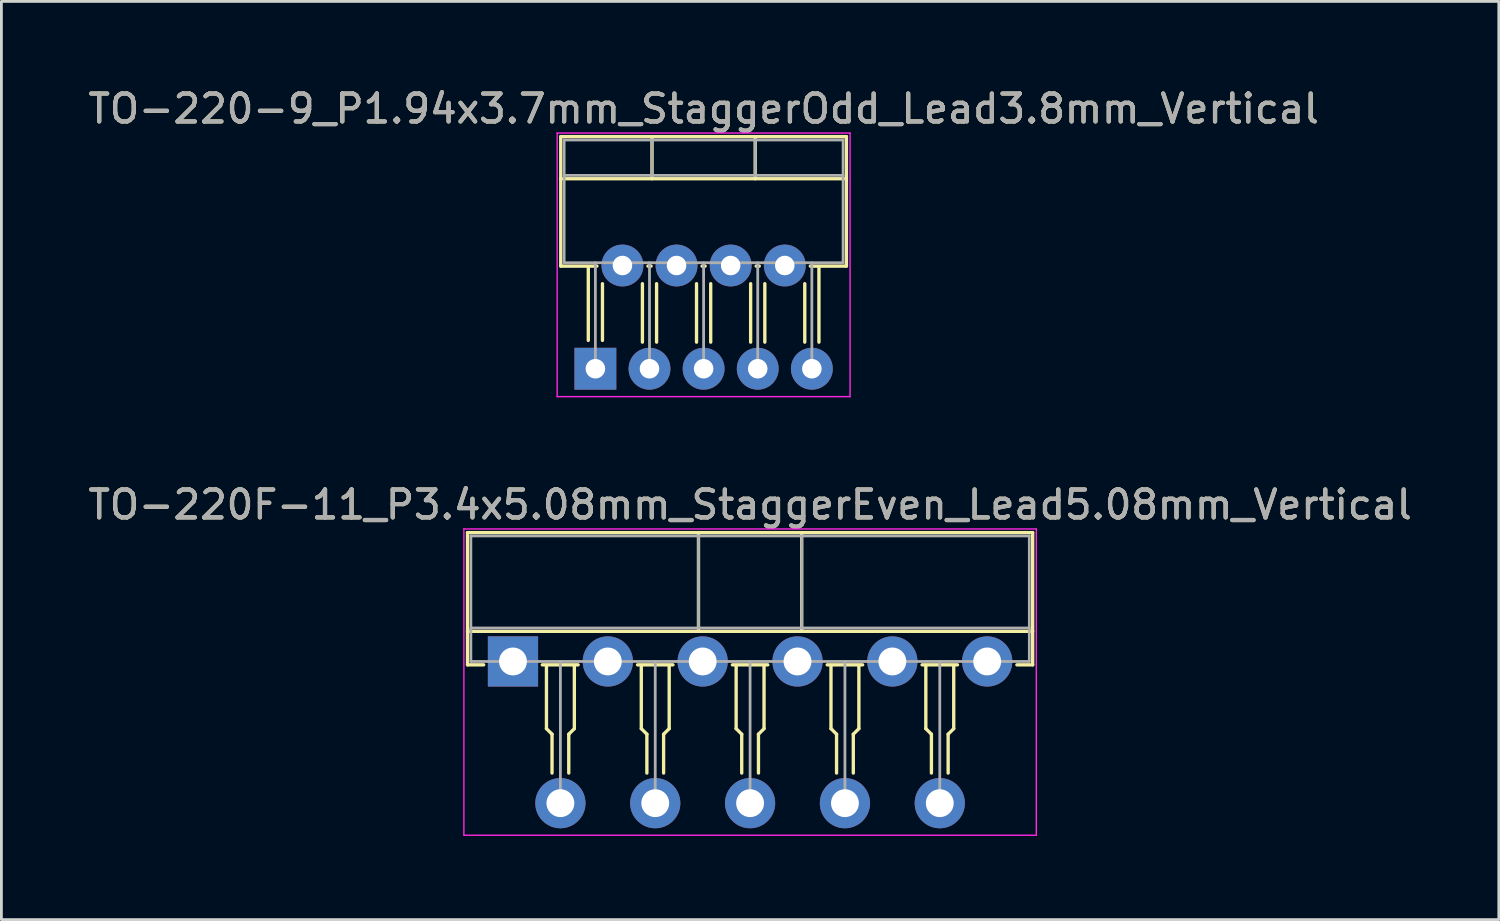
<source format=kicad_pcb>
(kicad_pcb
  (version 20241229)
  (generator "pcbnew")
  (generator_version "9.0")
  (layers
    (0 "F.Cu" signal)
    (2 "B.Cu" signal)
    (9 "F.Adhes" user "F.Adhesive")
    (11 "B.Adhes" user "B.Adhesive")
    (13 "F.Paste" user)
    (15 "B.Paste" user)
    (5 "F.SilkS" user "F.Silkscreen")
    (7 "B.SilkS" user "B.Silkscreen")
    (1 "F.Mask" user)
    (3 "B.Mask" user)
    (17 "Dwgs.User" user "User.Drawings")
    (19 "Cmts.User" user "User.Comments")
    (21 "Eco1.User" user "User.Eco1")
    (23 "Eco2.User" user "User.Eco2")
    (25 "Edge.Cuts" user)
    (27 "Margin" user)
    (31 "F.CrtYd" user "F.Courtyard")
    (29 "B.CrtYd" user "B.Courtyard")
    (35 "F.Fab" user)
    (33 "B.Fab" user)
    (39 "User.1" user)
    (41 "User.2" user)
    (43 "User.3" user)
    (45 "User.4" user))
  (footprint "TO-220-9_P1.94x3.7mm_StaggerOdd_Lead3.8mm_Vertical"
    (layer "F.Cu")
    (at 18.293 10.168)
    (property "Reference" "TO-220-9_P1.94x3.7mm_StaggerOdd_Lead3.8mm_Vertical" (at 3.88 -9.32 0) (layer "F.SilkS") (effects (font (size 1 1) (thickness 0.15))))
    (attr through_hole)
    (fp_line (start -1.241 -8.32) (end -1.241 -3.679) (stroke (width 0.12) (type solid)) (layer "F.SilkS"))
    (fp_line (start -1.241 -8.32) (end 9 -8.32) (stroke (width 0.12) (type solid)) (layer "F.SilkS"))
    (fp_line (start -1.241 -6.811) (end 9 -6.811) (stroke (width 0.12) (type solid)) (layer "F.SilkS"))
    (fp_line (start -1.241 -3.679) (end 0.055 -3.679) (stroke (width 0.12) (type solid)) (layer "F.SilkS"))
    (fp_line (start -0.254 -1.016) (end -0.254 -3.619) (stroke (width 0.12) (type solid)) (layer "F.SilkS"))
    (fp_line (start 0.254 -1.016) (end 0.254 -3.048) (stroke (width 0.12) (type solid)) (layer "F.SilkS"))
    (fp_line (start 1.686 -0.953) (end 1.686 -3.048) (stroke (width 0.12) (type solid)) (layer "F.SilkS"))
    (fp_line (start 1.885 -3.679) (end 1.996 -3.679) (stroke (width 0.12) (type solid)) (layer "F.SilkS"))
    (fp_line (start 2.03 -8.32) (end 2.03 -6.811) (stroke (width 0.12) (type solid)) (layer "F.SilkS"))
    (fp_line (start 2.194 -0.953) (end 2.194 -3.048) (stroke (width 0.12) (type solid)) (layer "F.SilkS"))
    (fp_line (start 3.626 -0.953) (end 3.626 -3.048) (stroke (width 0.12) (type solid)) (layer "F.SilkS"))
    (fp_line (start 3.825 -3.679) (end 3.935 -3.679) (stroke (width 0.12) (type solid)) (layer "F.SilkS"))
    (fp_line (start 4.134 -0.953) (end 4.134 -3.048) (stroke (width 0.12) (type solid)) (layer "F.SilkS"))
    (fp_line (start 5.566 -0.953) (end 5.566 -3.048) (stroke (width 0.12) (type solid)) (layer "F.SilkS"))
    (fp_line (start 5.73 -8.32) (end 5.73 -6.811) (stroke (width 0.12) (type solid)) (layer "F.SilkS"))
    (fp_line (start 5.765 -3.679) (end 5.875 -3.679) (stroke (width 0.12) (type solid)) (layer "F.SilkS"))
    (fp_line (start 6.074 -0.953) (end 6.074 -3.048) (stroke (width 0.12) (type solid)) (layer "F.SilkS"))
    (fp_line (start 7.506 -0.953) (end 7.506 -3.048) (stroke (width 0.12) (type solid)) (layer "F.SilkS"))
    (fp_line (start 7.705 -3.679) (end 9 -3.679) (stroke (width 0.12) (type solid)) (layer "F.SilkS"))
    (fp_line (start 8.014 -0.953) (end 8.014 -3.619) (stroke (width 0.12) (type solid)) (layer "F.SilkS"))
    (fp_line (start 9 -8.32) (end 9 -3.679) (stroke (width 0.12) (type solid)) (layer "F.SilkS"))
    (fp_line (start -1.37 -8.45) (end -1.37 1) (stroke (width 0.05) (type solid)) (layer "F.CrtYd"))
    (fp_line (start -1.37 1) (end 9.13 1) (stroke (width 0.05) (type solid)) (layer "F.CrtYd"))
    (fp_line (start 9.13 -8.45) (end -1.37 -8.45) (stroke (width 0.05) (type solid)) (layer "F.CrtYd"))
    (fp_line (start 9.13 1) (end 9.13 -8.45) (stroke (width 0.05) (type solid)) (layer "F.CrtYd"))
    (fp_line (start -1.12 -8.2) (end -1.12 -3.8) (stroke (width 0.1) (type solid)) (layer "F.Fab"))
    (fp_line (start -1.12 -6.93) (end 8.88 -6.93) (stroke (width 0.1) (type solid)) (layer "F.Fab"))
    (fp_line (start -1.12 -3.8) (end 8.88 -3.8) (stroke (width 0.1) (type solid)) (layer "F.Fab"))
    (fp_line (start 0 -3.8) (end 0 0) (stroke (width 0.1) (type solid)) (layer "F.Fab"))
    (fp_line (start 0.97 -3.8) (end 0.97 -3.7) (stroke (width 0.1) (type solid)) (layer "F.Fab"))
    (fp_line (start 1.94 -3.8) (end 1.94 0) (stroke (width 0.1) (type solid)) (layer "F.Fab"))
    (fp_line (start 2.03 -8.2) (end 2.03 -6.93) (stroke (width 0.1) (type solid)) (layer "F.Fab"))
    (fp_line (start 2.91 -3.8) (end 2.91 -3.7) (stroke (width 0.1) (type solid)) (layer "F.Fab"))
    (fp_line (start 3.88 -3.8) (end 3.88 0) (stroke (width 0.1) (type solid)) (layer "F.Fab"))
    (fp_line (start 4.85 -3.8) (end 4.85 -3.7) (stroke (width 0.1) (type solid)) (layer "F.Fab"))
    (fp_line (start 5.73 -8.2) (end 5.73 -6.93) (stroke (width 0.1) (type solid)) (layer "F.Fab"))
    (fp_line (start 5.82 -3.8) (end 5.82 0) (stroke (width 0.1) (type solid)) (layer "F.Fab"))
    (fp_line (start 6.79 -3.8) (end 6.79 -3.7) (stroke (width 0.1) (type solid)) (layer "F.Fab"))
    (fp_line (start 7.76 -3.8) (end 7.76 0) (stroke (width 0.1) (type solid)) (layer "F.Fab"))
    (fp_line (start 8.88 -8.2) (end -1.12 -8.2) (stroke (width 0.1) (type solid)) (layer "F.Fab"))
    (fp_line (start 8.88 -3.8) (end 8.88 -8.2) (stroke (width 0.1) (type solid)) (layer "F.Fab"))
    (fp_text user "${REFERENCE}" (at 3.88 -9.32 0) (layer "F.Fab") (effects (font (size 1 1) (thickness 0.15))))
    (pad "1" thru_hole rect (at 0 0) (size 1.5 1.5) (drill 0.7) (layers "*.Cu" "*.Mask"))
    (pad "2" thru_hole oval (at 0.97 -3.7) (size 1.5 1.5) (drill 0.7) (layers "*.Cu" "*.Mask"))
    (pad "3" thru_hole oval (at 1.94 0) (size 1.5 1.5) (drill 0.7) (layers "*.Cu" "*.Mask"))
    (pad "4" thru_hole oval (at 2.91 -3.7) (size 1.5 1.5) (drill 0.7) (layers "*.Cu" "*.Mask"))
    (pad "5" thru_hole oval (at 3.88 0) (size 1.5 1.5) (drill 0.7) (layers "*.Cu" "*.Mask"))
    (pad "6" thru_hole oval (at 4.85 -3.7) (size 1.5 1.5) (drill 0.7) (layers "*.Cu" "*.Mask"))
    (pad "7" thru_hole oval (at 5.82 0) (size 1.5 1.5) (drill 0.7) (layers "*.Cu" "*.Mask"))
    (pad "8" thru_hole oval (at 6.79 -3.7) (size 1.5 1.5) (drill 0.7) (layers "*.Cu" "*.Mask"))
    (pad "9" thru_hole oval (at 7.76 0) (size 1.5 1.5) (drill 0.7) (layers "*.Cu" "*.Mask")))
  (footprint "TO-220F-11_P3.4x5.08mm_StaggerEven_Lead5.08mm_Vertical"
    (layer "F.Cu")
    (at 15.339 20.662)
    (property "Reference" "TO-220F-11_P3.4x5.08mm_StaggerEven_Lead5.08mm_Vertical" (at 8.5 -5.62 0) (layer "F.SilkS") (effects (font (size 1 1) (thickness 0.15))))
    (attr through_hole)
    (fp_line (start -1.63 -4.62) (end -1.63 0.121) (stroke (width 0.12) (type solid)) (layer "F.SilkS"))
    (fp_line (start -1.63 -4.62) (end 18.63 -4.62) (stroke (width 0.12) (type solid)) (layer "F.SilkS"))
    (fp_line (start -1.63 -1.08) (end 18.63 -1.08) (stroke (width 0.12) (type solid)) (layer "F.SilkS"))
    (fp_line (start -1.63 0.121) (end -1.05 0.121) (stroke (width 0.12) (type solid)) (layer "F.SilkS"))
    (fp_line (start 1.05 0.121) (end 2.335 0.121) (stroke (width 0.12) (type solid)) (layer "F.SilkS"))
    (fp_line (start 1.2 0.158) (end 1.2 2.408) (stroke (width 0.12) (type solid)) (layer "F.SilkS"))
    (fp_line (start 1.2 2.408) (end 1.4 2.608) (stroke (width 0.12) (type solid)) (layer "F.SilkS"))
    (fp_line (start 1.4 4) (end 1.4 2.608) (stroke (width 0.12) (type solid)) (layer "F.SilkS"))
    (fp_line (start 2 4) (end 2 2.608) (stroke (width 0.12) (type solid)) (layer "F.SilkS"))
    (fp_line (start 2.2 0.158) (end 2.2 2.408) (stroke (width 0.12) (type solid)) (layer "F.SilkS"))
    (fp_line (start 2.2 2.408) (end 2 2.608) (stroke (width 0.12) (type solid)) (layer "F.SilkS"))
    (fp_line (start 4.465 0.121) (end 5.735 0.121) (stroke (width 0.12) (type solid)) (layer "F.SilkS"))
    (fp_line (start 4.6 0.158) (end 4.6 2.408) (stroke (width 0.12) (type solid)) (layer "F.SilkS"))
    (fp_line (start 4.6 2.408) (end 4.8 2.608) (stroke (width 0.12) (type solid)) (layer "F.SilkS"))
    (fp_line (start 4.8 4) (end 4.8 2.608) (stroke (width 0.12) (type solid)) (layer "F.SilkS"))
    (fp_line (start 5.4 4) (end 5.4 2.608) (stroke (width 0.12) (type solid)) (layer "F.SilkS"))
    (fp_line (start 5.6 0.158) (end 5.6 2.408) (stroke (width 0.12) (type solid)) (layer "F.SilkS"))
    (fp_line (start 5.6 2.408) (end 5.4 2.608) (stroke (width 0.12) (type solid)) (layer "F.SilkS"))
    (fp_line (start 6.65 -4.62) (end 6.65 -1.08) (stroke (width 0.12) (type solid)) (layer "F.SilkS"))
    (fp_line (start 7.865 0.121) (end 9.135 0.121) (stroke (width 0.12) (type solid)) (layer "F.SilkS"))
    (fp_line (start 8 0.158) (end 8 2.408) (stroke (width 0.12) (type solid)) (layer "F.SilkS"))
    (fp_line (start 8 2.408) (end 8.2 2.608) (stroke (width 0.12) (type solid)) (layer "F.SilkS"))
    (fp_line (start 8.2 4) (end 8.2 2.608) (stroke (width 0.12) (type solid)) (layer "F.SilkS"))
    (fp_line (start 8.8 4) (end 8.8 2.608) (stroke (width 0.12) (type solid)) (layer "F.SilkS"))
    (fp_line (start 9 0.158) (end 9 2.408) (stroke (width 0.12) (type solid)) (layer "F.SilkS"))
    (fp_line (start 9 2.408) (end 8.8 2.608) (stroke (width 0.12) (type solid)) (layer "F.SilkS"))
    (fp_line (start 10.35 -4.62) (end 10.35 -1.08) (stroke (width 0.12) (type solid)) (layer "F.SilkS"))
    (fp_line (start 11.265 0.121) (end 12.535 0.121) (stroke (width 0.12) (type solid)) (layer "F.SilkS"))
    (fp_line (start 11.4 0.158) (end 11.4 2.408) (stroke (width 0.12) (type solid)) (layer "F.SilkS"))
    (fp_line (start 11.4 2.408) (end 11.6 2.608) (stroke (width 0.12) (type solid)) (layer "F.SilkS"))
    (fp_line (start 11.6 4) (end 11.6 2.608) (stroke (width 0.12) (type solid)) (layer "F.SilkS"))
    (fp_line (start 12.2 4) (end 12.2 2.608) (stroke (width 0.12) (type solid)) (layer "F.SilkS"))
    (fp_line (start 12.4 0.158) (end 12.4 2.408) (stroke (width 0.12) (type solid)) (layer "F.SilkS"))
    (fp_line (start 12.4 2.408) (end 12.2 2.608) (stroke (width 0.12) (type solid)) (layer "F.SilkS"))
    (fp_line (start 14.665 0.121) (end 15.935 0.121) (stroke (width 0.12) (type solid)) (layer "F.SilkS"))
    (fp_line (start 14.8 0.158) (end 14.8 2.408) (stroke (width 0.12) (type solid)) (layer "F.SilkS"))
    (fp_line (start 14.8 2.408) (end 15 2.608) (stroke (width 0.12) (type solid)) (layer "F.SilkS"))
    (fp_line (start 15 4) (end 15 2.608) (stroke (width 0.12) (type solid)) (layer "F.SilkS"))
    (fp_line (start 15.6 4) (end 15.6 2.608) (stroke (width 0.12) (type solid)) (layer "F.SilkS"))
    (fp_line (start 15.8 0.158) (end 15.8 2.408) (stroke (width 0.12) (type solid)) (layer "F.SilkS"))
    (fp_line (start 15.8 2.408) (end 15.6 2.608) (stroke (width 0.12) (type solid)) (layer "F.SilkS"))
    (fp_line (start 18.065 0.121) (end 18.63 0.121) (stroke (width 0.12) (type solid)) (layer "F.SilkS"))
    (fp_line (start 18.63 -4.62) (end 18.63 0.121) (stroke (width 0.12) (type solid)) (layer "F.SilkS"))
    (fp_line (start -1.76 -4.75) (end -1.76 6.23) (stroke (width 0.05) (type solid)) (layer "F.CrtYd"))
    (fp_line (start -1.76 6.23) (end 18.76 6.23) (stroke (width 0.05) (type solid)) (layer "F.CrtYd"))
    (fp_line (start 18.76 -4.75) (end -1.76 -4.75) (stroke (width 0.05) (type solid)) (layer "F.CrtYd"))
    (fp_line (start 18.76 6.23) (end 18.76 -4.75) (stroke (width 0.05) (type solid)) (layer "F.CrtYd"))
    (fp_line (start -1.51 -4.5) (end -1.51 0) (stroke (width 0.1) (type solid)) (layer "F.Fab"))
    (fp_line (start -1.51 -1.2) (end 18.51 -1.2) (stroke (width 0.1) (type solid)) (layer "F.Fab"))
    (fp_line (start -1.51 0) (end 18.51 0) (stroke (width 0.1) (type solid)) (layer "F.Fab"))
    (fp_line (start 1.7 0) (end 1.7 5.08) (stroke (width 0.1) (type solid)) (layer "F.Fab"))
    (fp_line (start 5.1 0) (end 5.1 5.08) (stroke (width 0.1) (type solid)) (layer "F.Fab"))
    (fp_line (start 6.65 -4.5) (end 6.65 -1.2) (stroke (width 0.1) (type solid)) (layer "F.Fab"))
    (fp_line (start 8.5 0) (end 8.5 5.08) (stroke (width 0.1) (type solid)) (layer "F.Fab"))
    (fp_line (start 10.35 -4.5) (end 10.35 -1.2) (stroke (width 0.1) (type solid)) (layer "F.Fab"))
    (fp_line (start 11.9 0) (end 11.9 5.08) (stroke (width 0.1) (type solid)) (layer "F.Fab"))
    (fp_line (start 15.3 0) (end 15.3 5.08) (stroke (width 0.1) (type solid)) (layer "F.Fab"))
    (fp_line (start 18.51 -4.5) (end -1.51 -4.5) (stroke (width 0.1) (type solid)) (layer "F.Fab"))
    (fp_line (start 18.51 0) (end 18.51 -4.5) (stroke (width 0.1) (type solid)) (layer "F.Fab"))
    (fp_text user "${REFERENCE}" (at 8.5 -5.62 0) (layer "F.Fab") (effects (font (size 1 1) (thickness 0.15))))
    (pad "1" thru_hole rect (at 0 0) (size 1.8 1.8) (drill 1) (layers "*.Cu" "*.Mask"))
    (pad "2" thru_hole oval (at 1.7 5.08) (size 1.8 1.8) (drill 1) (layers "*.Cu" "*.Mask"))
    (pad "3" thru_hole oval (at 3.4 0) (size 1.8 1.8) (drill 1) (layers "*.Cu" "*.Mask"))
    (pad "4" thru_hole oval (at 5.1 5.08) (size 1.8 1.8) (drill 1) (layers "*.Cu" "*.Mask"))
    (pad "5" thru_hole oval (at 6.8 0) (size 1.8 1.8) (drill 1) (layers "*.Cu" "*.Mask"))
    (pad "6" thru_hole oval (at 8.5 5.08) (size 1.8 1.8) (drill 1) (layers "*.Cu" "*.Mask"))
    (pad "7" thru_hole oval (at 10.2 0) (size 1.8 1.8) (drill 1) (layers "*.Cu" "*.Mask"))
    (pad "8" thru_hole oval (at 11.9 5.08) (size 1.8 1.8) (drill 1) (layers "*.Cu" "*.Mask"))
    (pad "9" thru_hole oval (at 13.6 0) (size 1.8 1.8) (drill 1) (layers "*.Cu" "*.Mask"))
    (pad "10" thru_hole oval (at 15.3 5.08) (size 1.8 1.8) (drill 1) (layers "*.Cu" "*.Mask"))
    (pad "11" thru_hole oval (at 17 0) (size 1.8 1.8) (drill 1) (layers "*.Cu" "*.Mask")))
  (gr_rect
    (start -3 -3)
    (end 50.679 29.916)
    (stroke (width 0.1) (type default))
    (fill no)
    (layer "Edge.Cuts")))
</source>
